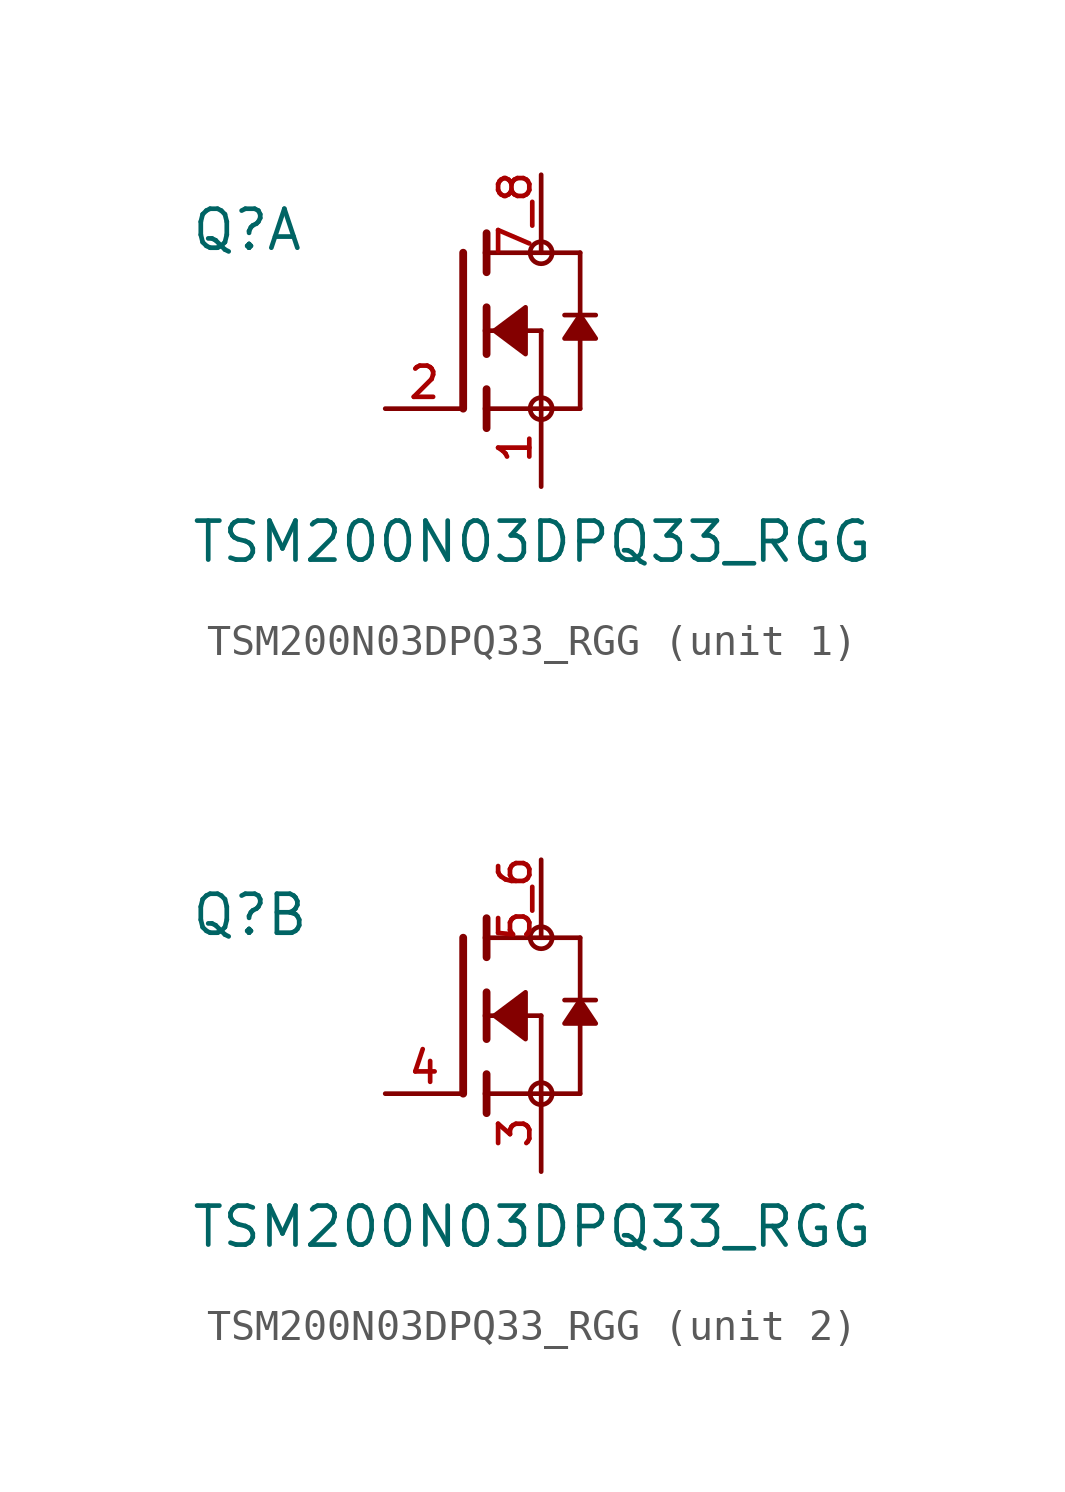
<source format=kicad_sym>
(kicad_symbol_lib
  (version 20211014)
  (generator kicad_symbol_editor)
  (symbol "TSM200N03DPQ33_RGG"
    (pin_names
      (offset 1.016))
    (property "Reference" "Q"
      (at -8.89 2.54 0)
      (effects (font (size 1.27 1.27)) (justify bottom left)))
    (property "Value" "TSM200N03DPQ33_RGG"
      (at -8.89 -7.62 0)
      (effects (font (size 1.27 1.27)) (justify bottom left)))
    (symbol "TSM200N03DPQ33_RGG_1_0"
      (polyline (pts (xy 0.762 0.762) (xy 0.762 0.0)) (stroke (width 0.254)))
      (polyline (pts (xy 0.762 0.0) (xy 0.762 -0.762)) (stroke (width 0.254)))
      (polyline (pts (xy 0.762 3.175) (xy 0.762 2.54)) (stroke (width 0.254)))
      (polyline (pts (xy 0.762 2.54) (xy 0.762 1.905)) (stroke (width 0.254)))
      (polyline (pts (xy 0.762 0.0) (xy 2.54 0.0)) (stroke (width 0.152)))
      (polyline (pts (xy 2.54 0.0) (xy 2.54 -2.54)) (stroke (width 0.152)))
      (polyline (pts (xy 0.762 -1.905) (xy 0.762 -2.54)) (stroke (width 0.254)))
      (polyline (pts (xy 0.762 -2.54) (xy 0.762 -3.175)) (stroke (width 0.254)))
      (polyline (pts (xy 0.0 2.54) (xy 0.0 -2.54)) (stroke (width 0.254)))
      (polyline (pts (xy 2.54 -2.54) (xy 0.762 -2.54)) (stroke (width 0.152)))
      (polyline (pts (xy 3.81 2.54) (xy 3.81 0.508)) (stroke (width 0.152)))
      (polyline (pts (xy 3.81 0.508) (xy 3.81 -2.54)) (stroke (width 0.152)))
      (polyline (pts (xy 2.54 -2.54) (xy 3.81 -2.54)) (stroke (width 0.152)))
      (polyline (pts (xy 0.762 2.54) (xy 3.81 2.54)) (stroke (width 0.152)))
      (polyline (pts (xy 4.318 0.508) (xy 3.81 0.508)) (stroke (width 0.152)))
      (polyline (pts (xy 3.81 0.508) (xy 3.302 0.508)) (stroke (width 0.152)))
      (circle (center 2.54 -2.54) (radius 0.359) (stroke (width 0.0)) (fill (type none)))
      (circle (center 2.54 2.54) (radius 0.359) (stroke (width 0.0)) (fill (type none)))
      (polyline (pts (xy 3.81 0.508) (xy 3.302 -0.254) (xy 4.318 -0.254) (xy 3.81 0.508)) (stroke (width 0.152)) (fill (type outline)))
      (polyline (pts (xy 1.016 0.0) (xy 2.032 0.762) (xy 2.032 -0.762) (xy 1.016 0.0)) (stroke (width 0.152)) (fill (type outline)))
      (pin passive line (at 2.54 -5.08 90.0) (length 2.54) (name "~" (effects (font (size 1.016 1.016)))) (number "1" (effects (font (size 1.016 1.016)))))
      (pin passive line (at -2.54 -2.54 0) (length 2.54) (name "~" (effects (font (size 1.016 1.016)))) (number "2" (effects (font (size 1.016 1.016)))))
      (pin passive line (at 2.54 5.08 270.0) (length 2.54) (name "~" (effects (font (size 1.016 1.016)))) (number "7_8" (effects (font (size 1.016 1.016))))))
    (symbol "TSM200N03DPQ33_RGG_2_0"
      (polyline (pts (xy 0.762 0.762) (xy 0.762 0.0)) (stroke (width 0.254)))
      (polyline (pts (xy 0.762 0.0) (xy 0.762 -0.762)) (stroke (width 0.254)))
      (polyline (pts (xy 0.762 3.175) (xy 0.762 2.54)) (stroke (width 0.254)))
      (polyline (pts (xy 0.762 2.54) (xy 0.762 1.905)) (stroke (width 0.254)))
      (polyline (pts (xy 0.762 0.0) (xy 2.54 0.0)) (stroke (width 0.152)))
      (polyline (pts (xy 2.54 0.0) (xy 2.54 -2.54)) (stroke (width 0.152)))
      (polyline (pts (xy 0.762 -1.905) (xy 0.762 -2.54)) (stroke (width 0.254)))
      (polyline (pts (xy 0.762 -2.54) (xy 0.762 -3.175)) (stroke (width 0.254)))
      (polyline (pts (xy 0.0 2.54) (xy 0.0 -2.54)) (stroke (width 0.254)))
      (polyline (pts (xy 2.54 -2.54) (xy 0.762 -2.54)) (stroke (width 0.152)))
      (polyline (pts (xy 3.81 2.54) (xy 3.81 0.508)) (stroke (width 0.152)))
      (polyline (pts (xy 3.81 0.508) (xy 3.81 -2.54)) (stroke (width 0.152)))
      (polyline (pts (xy 2.54 -2.54) (xy 3.81 -2.54)) (stroke (width 0.152)))
      (polyline (pts (xy 0.762 2.54) (xy 3.81 2.54)) (stroke (width 0.152)))
      (polyline (pts (xy 4.318 0.508) (xy 3.81 0.508)) (stroke (width 0.152)))
      (polyline (pts (xy 3.81 0.508) (xy 3.302 0.508)) (stroke (width 0.152)))
      (circle (center 2.54 -2.54) (radius 0.359) (stroke (width 0.0)) (fill (type none)))
      (circle (center 2.54 2.54) (radius 0.359) (stroke (width 0.0)) (fill (type none)))
      (polyline (pts (xy 3.81 0.508) (xy 3.302 -0.254) (xy 4.318 -0.254) (xy 3.81 0.508)) (stroke (width 0.152)) (fill (type outline)))
      (polyline (pts (xy 1.016 0.0) (xy 2.032 0.762) (xy 2.032 -0.762) (xy 1.016 0.0)) (stroke (width 0.152)) (fill (type outline)))
      (pin passive line (at 2.54 -5.08 90.0) (length 2.54) (name "~" (effects (font (size 1.016 1.016)))) (number "3" (effects (font (size 1.016 1.016)))))
      (pin passive line (at -2.54 -2.54 0) (length 2.54) (name "~" (effects (font (size 1.016 1.016)))) (number "4" (effects (font (size 1.016 1.016)))))
      (pin passive line (at 2.54 5.08 270.0) (length 2.54) (name "~" (effects (font (size 1.016 1.016)))) (number "5_6" (effects (font (size 1.016 1.016))))))))
</source>
